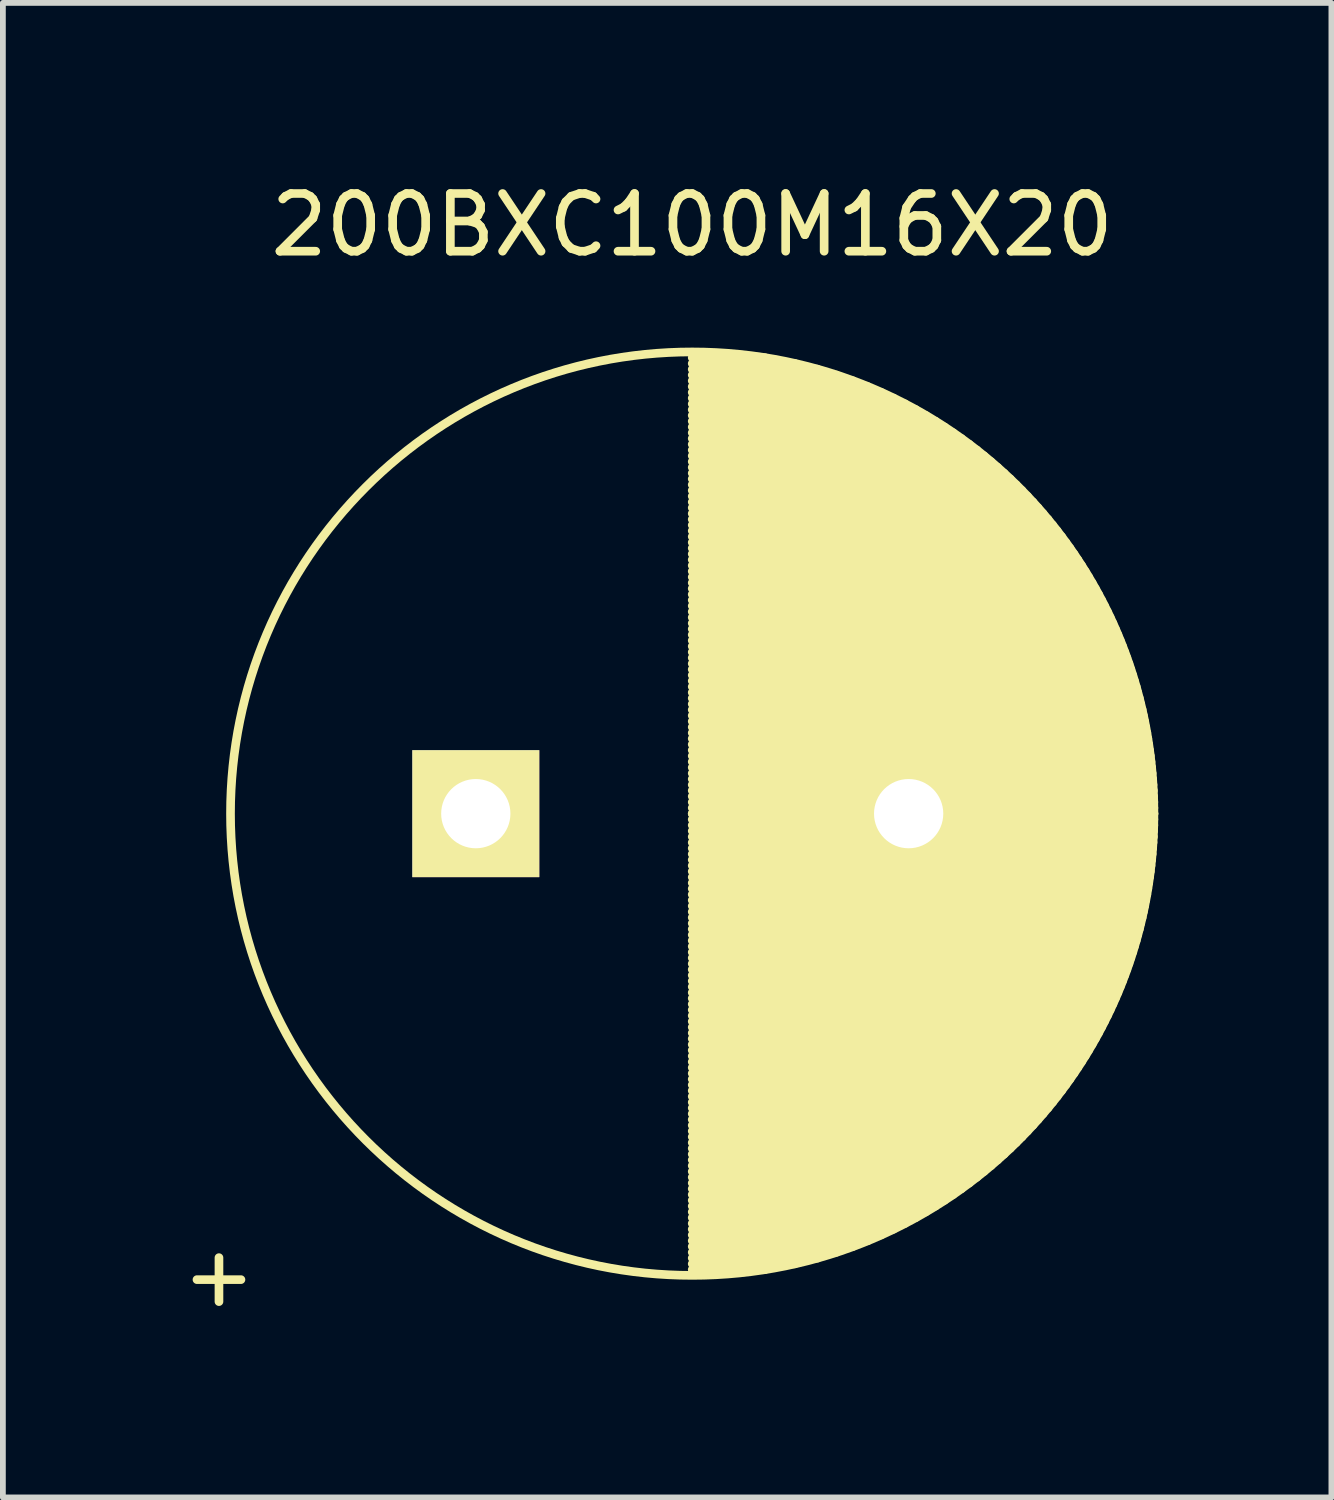
<source format=kicad_pcb>
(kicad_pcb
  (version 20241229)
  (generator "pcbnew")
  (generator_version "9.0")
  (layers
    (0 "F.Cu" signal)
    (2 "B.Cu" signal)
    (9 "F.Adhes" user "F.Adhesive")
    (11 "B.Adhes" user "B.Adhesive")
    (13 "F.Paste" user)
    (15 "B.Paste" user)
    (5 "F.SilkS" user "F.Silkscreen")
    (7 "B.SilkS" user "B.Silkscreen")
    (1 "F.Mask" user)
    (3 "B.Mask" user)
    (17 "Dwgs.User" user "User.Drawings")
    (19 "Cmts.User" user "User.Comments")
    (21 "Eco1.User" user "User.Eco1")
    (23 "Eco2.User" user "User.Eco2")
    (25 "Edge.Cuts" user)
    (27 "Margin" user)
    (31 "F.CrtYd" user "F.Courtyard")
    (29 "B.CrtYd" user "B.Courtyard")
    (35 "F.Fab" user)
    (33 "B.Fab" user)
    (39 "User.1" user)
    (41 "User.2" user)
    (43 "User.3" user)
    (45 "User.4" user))
  (footprint "200BXC100M16X20"
    (layer "F.Cu")
    (at 5.194 11.048)
    (property "Reference" "200BXC100M16X20" (at 3.75 -10.2 0) (layer "F.SilkS") (effects (font (size 1 1) (thickness 0.15))))
    (attr through_hole)
    (fp_line (start 3.75 -7.9) (end 5.011 -7.9) (stroke (width 0.15) (type solid)) (layer "F.SilkS"))
    (fp_line (start 3.75 -7.8) (end 5.528 -7.8) (stroke (width 0.15) (type solid)) (layer "F.SilkS"))
    (fp_line (start 3.75 -7.7) (end 5.92 -7.7) (stroke (width 0.15) (type solid)) (layer "F.SilkS"))
    (fp_line (start 3.75 -7.6) (end 6.248 -7.6) (stroke (width 0.15) (type solid)) (layer "F.SilkS"))
    (fp_line (start 3.75 -7.5) (end 6.534 -7.5) (stroke (width 0.15) (type solid)) (layer "F.SilkS"))
    (fp_line (start 3.75 -7.4) (end 6.79 -7.4) (stroke (width 0.15) (type solid)) (layer "F.SilkS"))
    (fp_line (start 3.75 -7.3) (end 7.023 -7.3) (stroke (width 0.15) (type solid)) (layer "F.SilkS"))
    (fp_line (start 3.75 -7.2) (end 7.237 -7.2) (stroke (width 0.15) (type solid)) (layer "F.SilkS"))
    (fp_line (start 3.75 -7.1) (end 7.436 -7.1) (stroke (width 0.15) (type solid)) (layer "F.SilkS"))
    (fp_line (start 3.75 -7) (end 7.623 -7) (stroke (width 0.15) (type solid)) (layer "F.SilkS"))
    (fp_line (start 3.75 -6.9) (end 7.798 -6.9) (stroke (width 0.15) (type solid)) (layer "F.SilkS"))
    (fp_line (start 3.75 -6.8) (end 7.964 -6.8) (stroke (width 0.15) (type solid)) (layer "F.SilkS"))
    (fp_line (start 3.75 -6.7) (end 8.121 -6.7) (stroke (width 0.15) (type solid)) (layer "F.SilkS"))
    (fp_line (start 3.75 -6.6) (end 8.271 -6.6) (stroke (width 0.15) (type solid)) (layer "F.SilkS"))
    (fp_line (start 3.75 -6.5) (end 8.414 -6.5) (stroke (width 0.15) (type solid)) (layer "F.SilkS"))
    (fp_line (start 3.75 -6.4) (end 8.55 -6.4) (stroke (width 0.15) (type solid)) (layer "F.SilkS"))
    (fp_line (start 3.75 -6.3) (end 8.681 -6.3) (stroke (width 0.15) (type solid)) (layer "F.SilkS"))
    (fp_line (start 3.75 -6.2) (end 8.806 -6.2) (stroke (width 0.15) (type solid)) (layer "F.SilkS"))
    (fp_line (start 3.75 -6.1) (end 8.926 -6.1) (stroke (width 0.15) (type solid)) (layer "F.SilkS"))
    (fp_line (start 3.75 -6) (end 9.042 -6) (stroke (width 0.15) (type solid)) (layer "F.SilkS"))
    (fp_line (start 3.75 -5.9) (end 9.153 -5.9) (stroke (width 0.15) (type solid)) (layer "F.SilkS"))
    (fp_line (start 3.75 -5.8) (end 9.26 -5.8) (stroke (width 0.15) (type solid)) (layer "F.SilkS"))
    (fp_line (start 3.75 -5.7) (end 9.363 -5.7) (stroke (width 0.15) (type solid)) (layer "F.SilkS"))
    (fp_line (start 3.75 -5.6) (end 9.463 -5.6) (stroke (width 0.15) (type solid)) (layer "F.SilkS"))
    (fp_line (start 3.75 -5.5) (end 9.559 -5.5) (stroke (width 0.15) (type solid)) (layer "F.SilkS"))
    (fp_line (start 3.75 -5.4) (end 9.653 -5.4) (stroke (width 0.15) (type solid)) (layer "F.SilkS"))
    (fp_line (start 3.75 -5.3) (end 9.742 -5.3) (stroke (width 0.15) (type solid)) (layer "F.SilkS"))
    (fp_line (start 3.75 -5.2) (end 9.829 -5.2) (stroke (width 0.15) (type solid)) (layer "F.SilkS"))
    (fp_line (start 3.75 -5.1) (end 9.914 -5.1) (stroke (width 0.15) (type solid)) (layer "F.SilkS"))
    (fp_line (start 3.75 -5) (end 9.995 -5) (stroke (width 0.15) (type solid)) (layer "F.SilkS"))
    (fp_line (start 3.75 -4.9) (end 10.074 -4.9) (stroke (width 0.15) (type solid)) (layer "F.SilkS"))
    (fp_line (start 3.75 -4.8) (end 10.15 -4.8) (stroke (width 0.15) (type solid)) (layer "F.SilkS"))
    (fp_line (start 3.75 -4.7) (end 10.224 -4.7) (stroke (width 0.15) (type solid)) (layer "F.SilkS"))
    (fp_line (start 3.75 -4.6) (end 10.295 -4.6) (stroke (width 0.15) (type solid)) (layer "F.SilkS"))
    (fp_line (start 3.75 -4.5) (end 10.364 -4.5) (stroke (width 0.15) (type solid)) (layer "F.SilkS"))
    (fp_line (start 3.75 -4.4) (end 10.431 -4.4) (stroke (width 0.15) (type solid)) (layer "F.SilkS"))
    (fp_line (start 3.75 -4.3) (end 10.496 -4.3) (stroke (width 0.15) (type solid)) (layer "F.SilkS"))
    (fp_line (start 3.75 -4.2) (end 10.559 -4.2) (stroke (width 0.15) (type solid)) (layer "F.SilkS"))
    (fp_line (start 3.75 -4.1) (end 10.619 -4.1) (stroke (width 0.15) (type solid)) (layer "F.SilkS"))
    (fp_line (start 3.75 -4) (end 10.678 -4) (stroke (width 0.15) (type solid)) (layer "F.SilkS"))
    (fp_line (start 3.75 -3.9) (end 10.735 -3.9) (stroke (width 0.15) (type solid)) (layer "F.SilkS"))
    (fp_line (start 3.75 -3.8) (end 10.79 -3.8) (stroke (width 0.15) (type solid)) (layer "F.SilkS"))
    (fp_line (start 3.75 -3.7) (end 10.843 -3.7) (stroke (width 0.15) (type solid)) (layer "F.SilkS"))
    (fp_line (start 3.75 -3.6) (end 10.894 -3.6) (stroke (width 0.15) (type solid)) (layer "F.SilkS"))
    (fp_line (start 3.75 -3.5) (end 10.944 -3.5) (stroke (width 0.15) (type solid)) (layer "F.SilkS"))
    (fp_line (start 3.75 -3.4) (end 10.992 -3.4) (stroke (width 0.15) (type solid)) (layer "F.SilkS"))
    (fp_line (start 3.75 -3.3) (end 11.038 -3.3) (stroke (width 0.15) (type solid)) (layer "F.SilkS"))
    (fp_line (start 3.75 -3.2) (end 11.082 -3.2) (stroke (width 0.15) (type solid)) (layer "F.SilkS"))
    (fp_line (start 3.75 -3.1) (end 11.125 -3.1) (stroke (width 0.15) (type solid)) (layer "F.SilkS"))
    (fp_line (start 3.75 -3) (end 11.166 -3) (stroke (width 0.15) (type solid)) (layer "F.SilkS"))
    (fp_line (start 3.75 -2.9) (end 11.206 -2.9) (stroke (width 0.15) (type solid)) (layer "F.SilkS"))
    (fp_line (start 3.75 -2.8) (end 11.244 -2.8) (stroke (width 0.15) (type solid)) (layer "F.SilkS"))
    (fp_line (start 3.75 -2.7) (end 11.281 -2.7) (stroke (width 0.15) (type solid)) (layer "F.SilkS"))
    (fp_line (start 3.75 -2.6) (end 11.316 -2.6) (stroke (width 0.15) (type solid)) (layer "F.SilkS"))
    (fp_line (start 3.75 -2.5) (end 11.349 -2.5) (stroke (width 0.15) (type solid)) (layer "F.SilkS"))
    (fp_line (start 3.75 -2.4) (end 11.382 -2.4) (stroke (width 0.15) (type solid)) (layer "F.SilkS"))
    (fp_line (start 3.75 -2.3) (end 11.412 -2.3) (stroke (width 0.15) (type solid)) (layer "F.SilkS"))
    (fp_line (start 3.75 -2.2) (end 11.442 -2.2) (stroke (width 0.15) (type solid)) (layer "F.SilkS"))
    (fp_line (start 3.75 -2.1) (end 11.469 -2.1) (stroke (width 0.15) (type solid)) (layer "F.SilkS"))
    (fp_line (start 3.75 -2) (end 11.496 -2) (stroke (width 0.15) (type solid)) (layer "F.SilkS"))
    (fp_line (start 3.75 -1.9) (end 11.521 -1.9) (stroke (width 0.15) (type solid)) (layer "F.SilkS"))
    (fp_line (start 3.75 -1.8) (end 11.545 -1.8) (stroke (width 0.15) (type solid)) (layer "F.SilkS"))
    (fp_line (start 3.75 -1.7) (end 11.567 -1.7) (stroke (width 0.15) (type solid)) (layer "F.SilkS"))
    (fp_line (start 3.75 -1.6) (end 11.588 -1.6) (stroke (width 0.15) (type solid)) (layer "F.SilkS"))
    (fp_line (start 3.75 -1.5) (end 11.608 -1.5) (stroke (width 0.15) (type solid)) (layer "F.SilkS"))
    (fp_line (start 3.75 -1.4) (end 11.627 -1.4) (stroke (width 0.15) (type solid)) (layer "F.SilkS"))
    (fp_line (start 3.75 -1.3) (end 11.644 -1.3) (stroke (width 0.15) (type solid)) (layer "F.SilkS"))
    (fp_line (start 3.75 -1.2) (end 11.659 -1.2) (stroke (width 0.15) (type solid)) (layer "F.SilkS"))
    (fp_line (start 3.75 -1.1) (end 11.674 -1.1) (stroke (width 0.15) (type solid)) (layer "F.SilkS"))
    (fp_line (start 3.75 -1) (end 11.687 -1) (stroke (width 0.15) (type solid)) (layer "F.SilkS"))
    (fp_line (start 3.75 -0.9) (end 11.699 -0.9) (stroke (width 0.15) (type solid)) (layer "F.SilkS"))
    (fp_line (start 3.75 -0.8) (end 11.71 -0.8) (stroke (width 0.15) (type solid)) (layer "F.SilkS"))
    (fp_line (start 3.75 -0.7) (end 11.719 -0.7) (stroke (width 0.15) (type solid)) (layer "F.SilkS"))
    (fp_line (start 3.75 -0.6) (end 11.727 -0.6) (stroke (width 0.15) (type solid)) (layer "F.SilkS"))
    (fp_line (start 3.75 -0.5) (end 11.734 -0.5) (stroke (width 0.15) (type solid)) (layer "F.SilkS"))
    (fp_line (start 3.75 -0.4) (end 11.74 -0.4) (stroke (width 0.15) (type solid)) (layer "F.SilkS"))
    (fp_line (start 3.75 -0.3) (end 11.744 -0.3) (stroke (width 0.15) (type solid)) (layer "F.SilkS"))
    (fp_line (start 3.75 -0.2) (end 11.748 -0.2) (stroke (width 0.15) (type solid)) (layer "F.SilkS"))
    (fp_line (start 3.75 -0.1) (end 11.749 -0.1) (stroke (width 0.15) (type solid)) (layer "F.SilkS"))
    (fp_line (start 3.75 0) (end 11.75 0) (stroke (width 0.15) (type solid)) (layer "F.SilkS"))
    (fp_line (start 3.75 0) (end 11.75 0) (stroke (width 0.15) (type solid)) (layer "F.SilkS"))
    (fp_line (start 3.75 0.1) (end 11.749 0.1) (stroke (width 0.15) (type solid)) (layer "F.SilkS"))
    (fp_line (start 3.75 0.2) (end 11.748 0.2) (stroke (width 0.15) (type solid)) (layer "F.SilkS"))
    (fp_line (start 3.75 0.3) (end 11.744 0.3) (stroke (width 0.15) (type solid)) (layer "F.SilkS"))
    (fp_line (start 3.75 0.4) (end 11.74 0.4) (stroke (width 0.15) (type solid)) (layer "F.SilkS"))
    (fp_line (start 3.75 0.5) (end 11.734 0.5) (stroke (width 0.15) (type solid)) (layer "F.SilkS"))
    (fp_line (start 3.75 0.6) (end 11.727 0.6) (stroke (width 0.15) (type solid)) (layer "F.SilkS"))
    (fp_line (start 3.75 0.7) (end 11.719 0.7) (stroke (width 0.15) (type solid)) (layer "F.SilkS"))
    (fp_line (start 3.75 0.8) (end 11.71 0.8) (stroke (width 0.15) (type solid)) (layer "F.SilkS"))
    (fp_line (start 3.75 0.9) (end 11.699 0.9) (stroke (width 0.15) (type solid)) (layer "F.SilkS"))
    (fp_line (start 3.75 1) (end 11.687 1) (stroke (width 0.15) (type solid)) (layer "F.SilkS"))
    (fp_line (start 3.75 1.1) (end 11.674 1.1) (stroke (width 0.15) (type solid)) (layer "F.SilkS"))
    (fp_line (start 3.75 1.2) (end 11.659 1.2) (stroke (width 0.15) (type solid)) (layer "F.SilkS"))
    (fp_line (start 3.75 1.3) (end 11.644 1.3) (stroke (width 0.15) (type solid)) (layer "F.SilkS"))
    (fp_line (start 3.75 1.4) (end 11.627 1.4) (stroke (width 0.15) (type solid)) (layer "F.SilkS"))
    (fp_line (start 3.75 1.5) (end 11.608 1.5) (stroke (width 0.15) (type solid)) (layer "F.SilkS"))
    (fp_line (start 3.75 1.6) (end 11.588 1.6) (stroke (width 0.15) (type solid)) (layer "F.SilkS"))
    (fp_line (start 3.75 1.7) (end 11.567 1.7) (stroke (width 0.15) (type solid)) (layer "F.SilkS"))
    (fp_line (start 3.75 1.8) (end 11.545 1.8) (stroke (width 0.15) (type solid)) (layer "F.SilkS"))
    (fp_line (start 3.75 1.9) (end 11.521 1.9) (stroke (width 0.15) (type solid)) (layer "F.SilkS"))
    (fp_line (start 3.75 2) (end 11.496 2) (stroke (width 0.15) (type solid)) (layer "F.SilkS"))
    (fp_line (start 3.75 2.1) (end 11.469 2.1) (stroke (width 0.15) (type solid)) (layer "F.SilkS"))
    (fp_line (start 3.75 2.2) (end 11.442 2.2) (stroke (width 0.15) (type solid)) (layer "F.SilkS"))
    (fp_line (start 3.75 2.3) (end 11.412 2.3) (stroke (width 0.15) (type solid)) (layer "F.SilkS"))
    (fp_line (start 3.75 2.4) (end 11.382 2.4) (stroke (width 0.15) (type solid)) (layer "F.SilkS"))
    (fp_line (start 3.75 2.5) (end 11.349 2.5) (stroke (width 0.15) (type solid)) (layer "F.SilkS"))
    (fp_line (start 3.75 2.6) (end 11.316 2.6) (stroke (width 0.15) (type solid)) (layer "F.SilkS"))
    (fp_line (start 3.75 2.7) (end 11.281 2.7) (stroke (width 0.15) (type solid)) (layer "F.SilkS"))
    (fp_line (start 3.75 2.8) (end 11.244 2.8) (stroke (width 0.15) (type solid)) (layer "F.SilkS"))
    (fp_line (start 3.75 2.9) (end 11.206 2.9) (stroke (width 0.15) (type solid)) (layer "F.SilkS"))
    (fp_line (start 3.75 3) (end 11.166 3) (stroke (width 0.15) (type solid)) (layer "F.SilkS"))
    (fp_line (start 3.75 3.1) (end 11.125 3.1) (stroke (width 0.15) (type solid)) (layer "F.SilkS"))
    (fp_line (start 3.75 3.2) (end 11.082 3.2) (stroke (width 0.15) (type solid)) (layer "F.SilkS"))
    (fp_line (start 3.75 3.3) (end 11.038 3.3) (stroke (width 0.15) (type solid)) (layer "F.SilkS"))
    (fp_line (start 3.75 3.4) (end 10.992 3.4) (stroke (width 0.15) (type solid)) (layer "F.SilkS"))
    (fp_line (start 3.75 3.5) (end 10.944 3.5) (stroke (width 0.15) (type solid)) (layer "F.SilkS"))
    (fp_line (start 3.75 3.6) (end 10.894 3.6) (stroke (width 0.15) (type solid)) (layer "F.SilkS"))
    (fp_line (start 3.75 3.7) (end 10.843 3.7) (stroke (width 0.15) (type solid)) (layer "F.SilkS"))
    (fp_line (start 3.75 3.8) (end 10.79 3.8) (stroke (width 0.15) (type solid)) (layer "F.SilkS"))
    (fp_line (start 3.75 3.9) (end 10.735 3.9) (stroke (width 0.15) (type solid)) (layer "F.SilkS"))
    (fp_line (start 3.75 4) (end 10.678 4) (stroke (width 0.15) (type solid)) (layer "F.SilkS"))
    (fp_line (start 3.75 4.1) (end 10.619 4.1) (stroke (width 0.15) (type solid)) (layer "F.SilkS"))
    (fp_line (start 3.75 4.2) (end 10.559 4.2) (stroke (width 0.15) (type solid)) (layer "F.SilkS"))
    (fp_line (start 3.75 4.3) (end 10.496 4.3) (stroke (width 0.15) (type solid)) (layer "F.SilkS"))
    (fp_line (start 3.75 4.4) (end 10.431 4.4) (stroke (width 0.15) (type solid)) (layer "F.SilkS"))
    (fp_line (start 3.75 4.5) (end 10.364 4.5) (stroke (width 0.15) (type solid)) (layer "F.SilkS"))
    (fp_line (start 3.75 4.6) (end 10.295 4.6) (stroke (width 0.15) (type solid)) (layer "F.SilkS"))
    (fp_line (start 3.75 4.7) (end 10.224 4.7) (stroke (width 0.15) (type solid)) (layer "F.SilkS"))
    (fp_line (start 3.75 4.8) (end 10.15 4.8) (stroke (width 0.15) (type solid)) (layer "F.SilkS"))
    (fp_line (start 3.75 4.9) (end 10.074 4.9) (stroke (width 0.15) (type solid)) (layer "F.SilkS"))
    (fp_line (start 3.75 5) (end 9.995 5) (stroke (width 0.15) (type solid)) (layer "F.SilkS"))
    (fp_line (start 3.75 5.1) (end 9.914 5.1) (stroke (width 0.15) (type solid)) (layer "F.SilkS"))
    (fp_line (start 3.75 5.2) (end 9.829 5.2) (stroke (width 0.15) (type solid)) (layer "F.SilkS"))
    (fp_line (start 3.75 5.3) (end 9.742 5.3) (stroke (width 0.15) (type solid)) (layer "F.SilkS"))
    (fp_line (start 3.75 5.4) (end 9.653 5.4) (stroke (width 0.15) (type solid)) (layer "F.SilkS"))
    (fp_line (start 3.75 5.5) (end 9.559 5.5) (stroke (width 0.15) (type solid)) (layer "F.SilkS"))
    (fp_line (start 3.75 5.6) (end 9.463 5.6) (stroke (width 0.15) (type solid)) (layer "F.SilkS"))
    (fp_line (start 3.75 5.7) (end 9.363 5.7) (stroke (width 0.15) (type solid)) (layer "F.SilkS"))
    (fp_line (start 3.75 5.8) (end 9.26 5.8) (stroke (width 0.15) (type solid)) (layer "F.SilkS"))
    (fp_line (start 3.75 5.9) (end 9.153 5.9) (stroke (width 0.15) (type solid)) (layer "F.SilkS"))
    (fp_line (start 3.75 6) (end 9.042 6) (stroke (width 0.15) (type solid)) (layer "F.SilkS"))
    (fp_line (start 3.75 6.1) (end 8.926 6.1) (stroke (width 0.15) (type solid)) (layer "F.SilkS"))
    (fp_line (start 3.75 6.2) (end 8.806 6.2) (stroke (width 0.15) (type solid)) (layer "F.SilkS"))
    (fp_line (start 3.75 6.3) (end 8.681 6.3) (stroke (width 0.15) (type solid)) (layer "F.SilkS"))
    (fp_line (start 3.75 6.4) (end 8.55 6.4) (stroke (width 0.15) (type solid)) (layer "F.SilkS"))
    (fp_line (start 3.75 6.5) (end 8.414 6.5) (stroke (width 0.15) (type solid)) (layer "F.SilkS"))
    (fp_line (start 3.75 6.6) (end 8.271 6.6) (stroke (width 0.15) (type solid)) (layer "F.SilkS"))
    (fp_line (start 3.75 6.7) (end 8.121 6.7) (stroke (width 0.15) (type solid)) (layer "F.SilkS"))
    (fp_line (start 3.75 6.8) (end 7.964 6.8) (stroke (width 0.15) (type solid)) (layer "F.SilkS"))
    (fp_line (start 3.75 6.9) (end 7.798 6.9) (stroke (width 0.15) (type solid)) (layer "F.SilkS"))
    (fp_line (start 3.75 7) (end 7.623 7) (stroke (width 0.15) (type solid)) (layer "F.SilkS"))
    (fp_line (start 3.75 7.1) (end 7.436 7.1) (stroke (width 0.15) (type solid)) (layer "F.SilkS"))
    (fp_line (start 3.75 7.2) (end 7.237 7.2) (stroke (width 0.15) (type solid)) (layer "F.SilkS"))
    (fp_line (start 3.75 7.3) (end 7.023 7.3) (stroke (width 0.15) (type solid)) (layer "F.SilkS"))
    (fp_line (start 3.75 7.4) (end 6.79 7.4) (stroke (width 0.15) (type solid)) (layer "F.SilkS"))
    (fp_line (start 3.75 7.5) (end 6.534 7.5) (stroke (width 0.15) (type solid)) (layer "F.SilkS"))
    (fp_line (start 3.75 7.6) (end 6.248 7.6) (stroke (width 0.15) (type solid)) (layer "F.SilkS"))
    (fp_line (start 3.75 7.7) (end 5.92 7.7) (stroke (width 0.15) (type solid)) (layer "F.SilkS"))
    (fp_line (start 3.75 7.8) (end 5.528 7.8) (stroke (width 0.15) (type solid)) (layer "F.SilkS"))
    (fp_line (start 3.75 7.9) (end 5.011 7.9) (stroke (width 0.15) (type solid)) (layer "F.SilkS"))
    (fp_circle (center 3.75 0) (end 3.75 -8) (stroke (width 0.15) (type solid)) (fill no) (layer "F.SilkS"))
    (fp_text user "+" (at -4.45 8 0) (layer "F.SilkS") (effects (font (size 1 1) (thickness 0.15))))
    (pad "1" thru_hole rect (at 0 0) (size 2.2 2.2) (drill 1.2) (layers "*.Cu" "*.Mask" "F.SilkS"))
    (pad "2" thru_hole circle (at 7.5 0) (size 2.2 2.2) (drill 1.2) (layers "*.Cu" "*.Mask" "F.SilkS")))
  (gr_rect
    (start -3 -3)
    (end 20.019 22.896)
    (stroke (width 0.1) (type default))
    (fill no)
    (layer "Edge.Cuts")))
</source>
